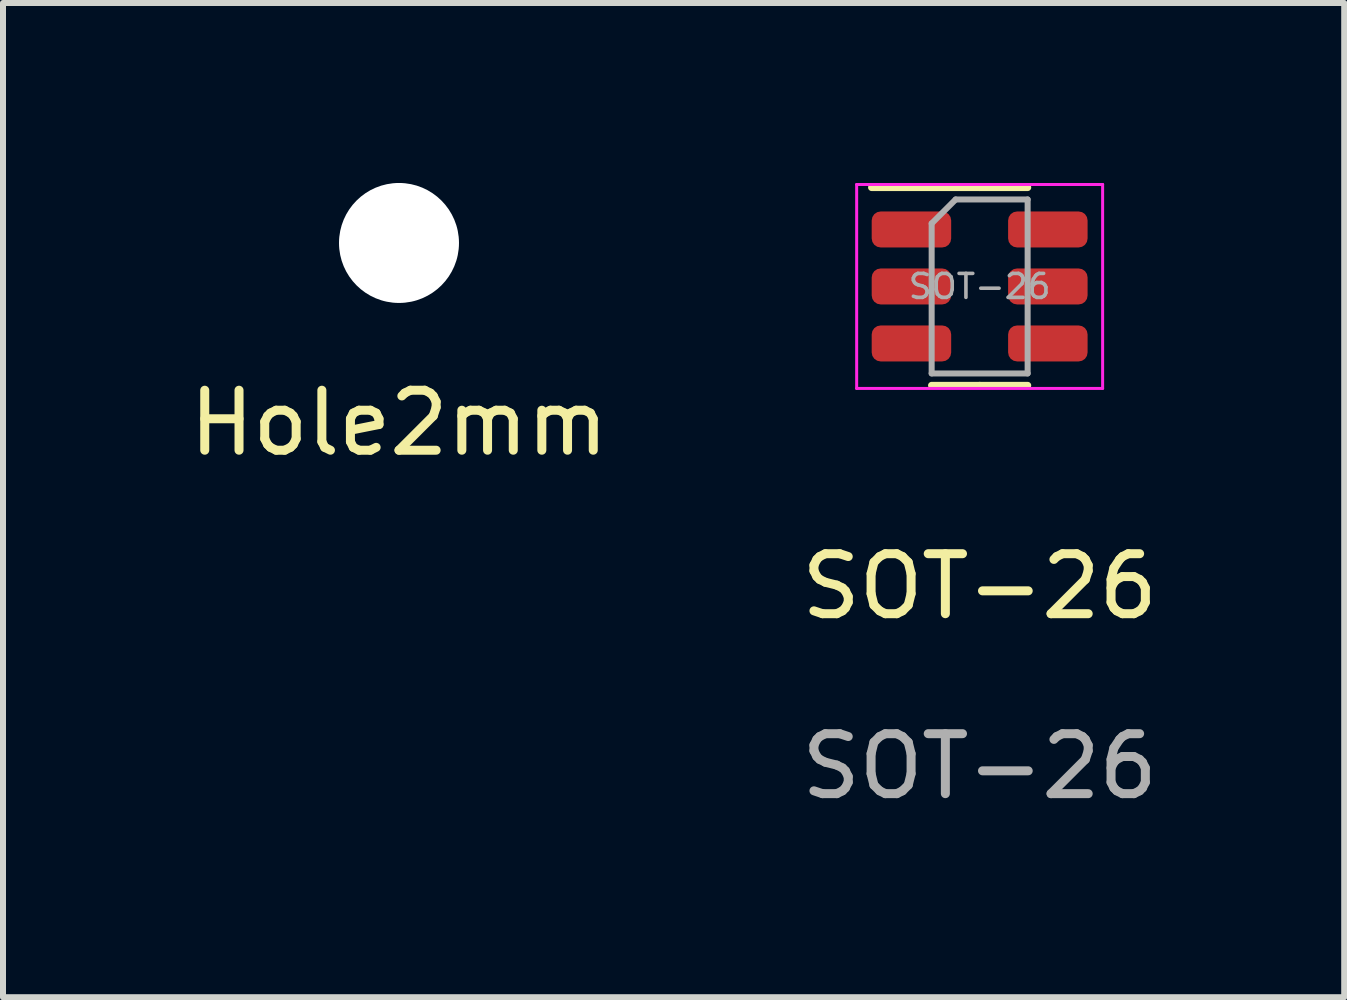
<source format=kicad_pcb>
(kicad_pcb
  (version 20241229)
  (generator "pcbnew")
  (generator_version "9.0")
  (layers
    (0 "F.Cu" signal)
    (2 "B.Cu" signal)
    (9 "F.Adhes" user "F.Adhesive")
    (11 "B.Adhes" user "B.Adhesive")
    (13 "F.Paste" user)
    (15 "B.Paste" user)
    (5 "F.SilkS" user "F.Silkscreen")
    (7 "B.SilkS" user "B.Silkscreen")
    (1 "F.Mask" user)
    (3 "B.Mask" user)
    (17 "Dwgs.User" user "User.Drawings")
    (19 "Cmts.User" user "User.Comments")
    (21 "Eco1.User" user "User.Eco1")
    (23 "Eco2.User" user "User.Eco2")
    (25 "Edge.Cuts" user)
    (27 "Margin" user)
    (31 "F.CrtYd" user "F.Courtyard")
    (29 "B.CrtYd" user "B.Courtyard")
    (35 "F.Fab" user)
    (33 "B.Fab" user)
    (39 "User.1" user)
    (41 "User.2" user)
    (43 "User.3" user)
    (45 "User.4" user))
  (footprint "Hole2mm"
    (layer "F.Cu")
    (at 3.601 1)
    (property "Reference" "Hole2mm" (at 0 3 0) (unlocked yes) (layer "F.SilkS") (effects (font (size 1 1) (thickness 0.15))))
    (attr smd)
    (pad "" np_thru_hole circle (at 0 0) (size 2 2) (drill 2) (layers "*.Cu" "*.Mask")))
  (footprint "SOT-26"
    (layer "F.Cu")
    (at 13.28 1.725)
    (property "Reference" "SOT-26" (at 0 5 0) (unlocked yes) (layer "F.SilkS") (effects (font (size 1 1) (thickness 0.15))))
    (attr smd)
    (fp_line (start 0 -1.65) (end -1.8 -1.65) (stroke (width 0.12) (type solid)) (layer "F.SilkS"))
    (fp_line (start 0 -1.65) (end 0.8 -1.65) (stroke (width 0.12) (type solid)) (layer "F.SilkS"))
    (fp_line (start 0 1.65) (end -0.8 1.65) (stroke (width 0.12) (type solid)) (layer "F.SilkS"))
    (fp_line (start 0 1.65) (end 0.8 1.65) (stroke (width 0.12) (type solid)) (layer "F.SilkS"))
    (fp_line (start -2.05 -1.7) (end -2.05 1.7) (stroke (width 0.05) (type solid)) (layer "F.CrtYd"))
    (fp_line (start -2.05 1.7) (end 2.05 1.7) (stroke (width 0.05) (type solid)) (layer "F.CrtYd"))
    (fp_line (start 2.05 -1.7) (end -2.05 -1.7) (stroke (width 0.05) (type solid)) (layer "F.CrtYd"))
    (fp_line (start 2.05 1.7) (end 2.05 -1.7) (stroke (width 0.05) (type solid)) (layer "F.CrtYd"))
    (fp_line (start -0.8 -1.05) (end -0.4 -1.45) (stroke (width 0.1) (type solid)) (layer "F.Fab"))
    (fp_line (start -0.8 1.45) (end -0.8 -1.05) (stroke (width 0.1) (type solid)) (layer "F.Fab"))
    (fp_line (start -0.4 -1.45) (end 0.8 -1.45) (stroke (width 0.1) (type solid)) (layer "F.Fab"))
    (fp_line (start 0.8 -1.45) (end 0.8 1.45) (stroke (width 0.1) (type solid)) (layer "F.Fab"))
    (fp_line (start 0.8 1.45) (end -0.8 1.45) (stroke (width 0.1) (type solid)) (layer "F.Fab"))
    (fp_text user "${REFERENCE}" (at 0 0 0) (layer "F.Fab") (effects (font (size 0.4 0.4) (thickness 0.06))))
    (fp_text user "${REFERENCE}" (at 0 8 0) (unlocked yes) (layer "F.Fab") (effects (font (size 1 1) (thickness 0.15))))
    (pad "1" smd roundrect (at -1.137 -0.95) (size 1.325 0.6) (layers "F.Cu" "F.Mask" "F.Paste") (roundrect_rratio 0.25))
    (pad "2" smd roundrect (at -1.137 0) (size 1.325 0.6) (layers "F.Cu" "F.Mask" "F.Paste") (roundrect_rratio 0.25))
    (pad "3" smd roundrect (at -1.137 0.95) (size 1.325 0.6) (layers "F.Cu" "F.Mask" "F.Paste") (roundrect_rratio 0.25))
    (pad "4" smd roundrect (at 1.137 0.95) (size 1.325 0.6) (layers "F.Cu" "F.Mask" "F.Paste") (roundrect_rratio 0.25))
    (pad "5" smd roundrect (at 1.137 0) (size 1.325 0.6) (layers "F.Cu" "F.Mask" "F.Paste") (roundrect_rratio 0.25))
    (pad "6" smd roundrect (at 1.137 -0.95) (size 1.325 0.6) (layers "F.Cu" "F.Mask" "F.Paste") (roundrect_rratio 0.25)))
  (gr_rect
    (start -3 -3)
    (end 19.357 13.573)
    (stroke (width 0.1) (type default))
    (fill no)
    (layer "Edge.Cuts")))
</source>
